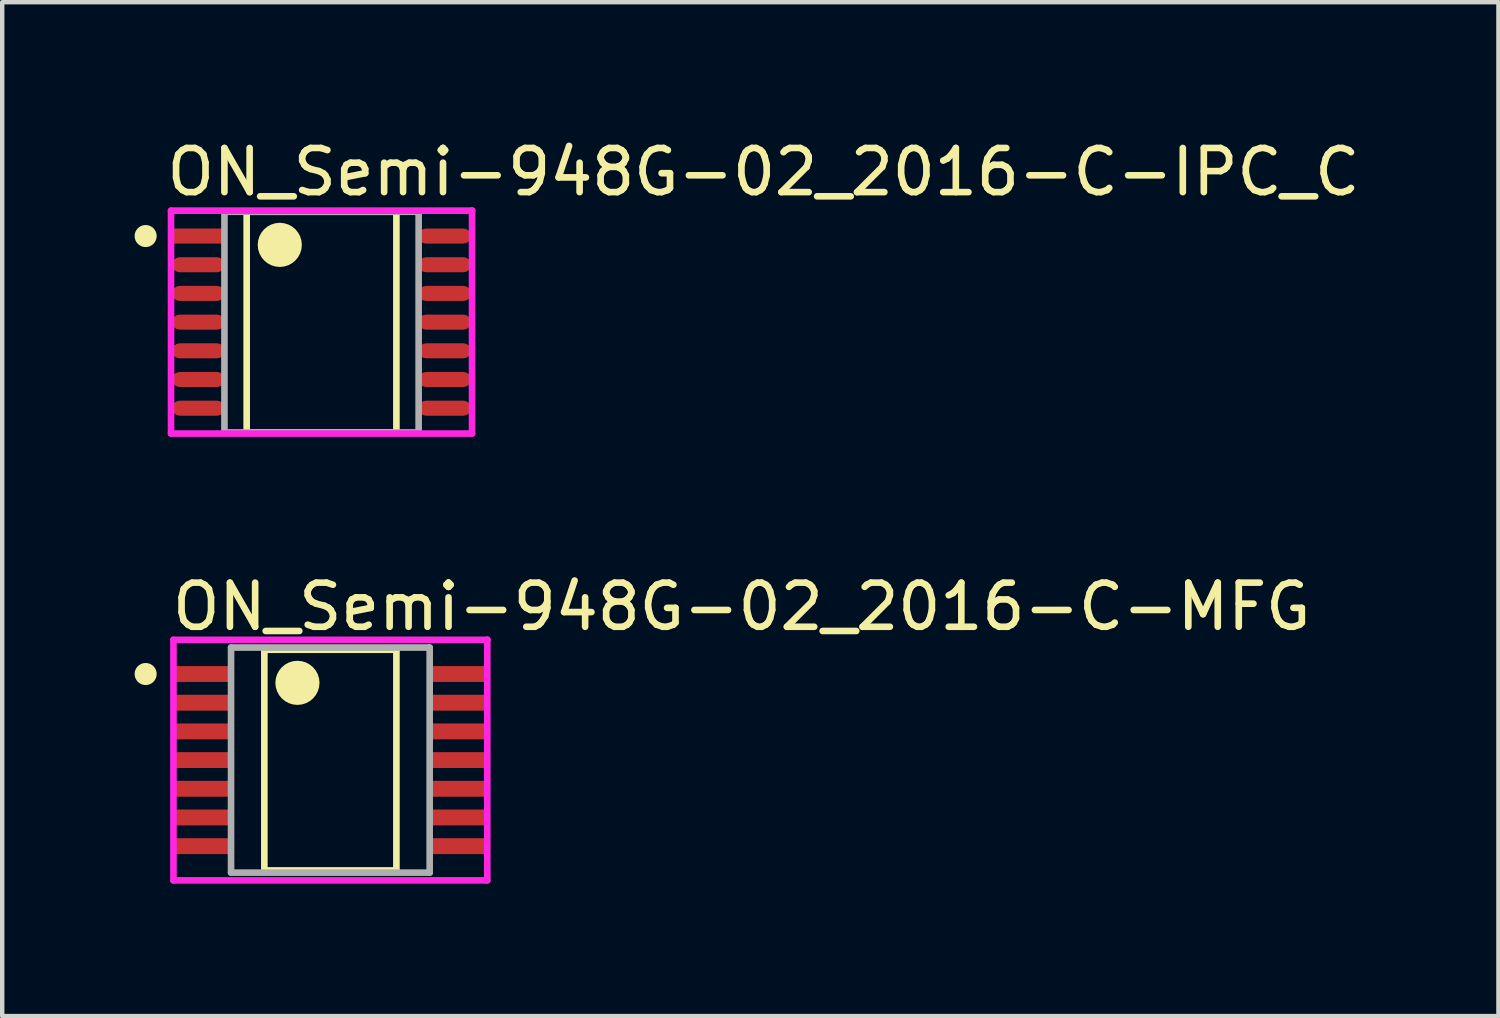
<source format=kicad_pcb>
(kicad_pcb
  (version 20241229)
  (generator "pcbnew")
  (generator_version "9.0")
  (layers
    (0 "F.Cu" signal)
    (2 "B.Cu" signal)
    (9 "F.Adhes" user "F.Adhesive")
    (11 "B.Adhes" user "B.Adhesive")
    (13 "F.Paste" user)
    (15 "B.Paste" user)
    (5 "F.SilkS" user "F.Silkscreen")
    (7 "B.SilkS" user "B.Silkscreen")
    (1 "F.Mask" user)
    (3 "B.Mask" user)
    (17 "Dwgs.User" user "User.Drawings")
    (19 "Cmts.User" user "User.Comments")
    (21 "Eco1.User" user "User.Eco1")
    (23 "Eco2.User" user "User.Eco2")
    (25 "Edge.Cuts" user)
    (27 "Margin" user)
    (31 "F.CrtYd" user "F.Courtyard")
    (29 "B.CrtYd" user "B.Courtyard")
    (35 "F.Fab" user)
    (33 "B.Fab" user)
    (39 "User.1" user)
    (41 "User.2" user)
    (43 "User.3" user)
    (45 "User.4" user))
  (footprint "ON_Semi-948G-02_2016-C-MFG"
    (layer "F.Cu")
    (at 4.435 14.171)
    (property "Reference" "ON_Semi-948G-02_2016-C-MFG" (at -3.66 -3.475 0) (layer "F.SilkS") (effects (font (size 1 1) (thickness 0.15)) (justify left)))
    (attr through_hole)
    (fp_line (start -1.496 -2.5) (end 1.496 -2.5) (stroke (width 0.15) (type solid)) (layer "F.SilkS"))
    (fp_line (start -1.496 2.5) (end -1.496 -2.5) (stroke (width 0.15) (type solid)) (layer "F.SilkS"))
    (fp_line (start 1.496 -2.5) (end 1.496 2.5) (stroke (width 0.15) (type solid)) (layer "F.SilkS"))
    (fp_line (start 1.496 2.5) (end -1.496 2.5) (stroke (width 0.15) (type solid)) (layer "F.SilkS"))
    (fp_circle (center -4.185 -1.95) (end -4.06 -1.95) (stroke (width 0.25) (type solid)) (fill no) (layer "F.SilkS"))
    (fp_circle (center -0.746 -1.75) (end -0.496 -1.75) (stroke (width 0.5) (type solid)) (fill no) (layer "F.SilkS"))
    (fp_line (start -3.555 -2.725) (end -3.555 2.725) (stroke (width 0.15) (type solid)) (layer "F.CrtYd"))
    (fp_line (start -3.555 2.725) (end 3.555 2.725) (stroke (width 0.15) (type solid)) (layer "F.CrtYd"))
    (fp_line (start 3.555 -2.725) (end -3.555 -2.725) (stroke (width 0.15) (type solid)) (layer "F.CrtYd"))
    (fp_line (start 3.555 -2.725) (end 3.555 -2.725) (stroke (width 0.15) (type solid)) (layer "F.CrtYd"))
    (fp_line (start 3.555 2.725) (end 3.555 -2.725) (stroke (width 0.15) (type solid)) (layer "F.CrtYd"))
    (fp_line (start -2.25 -2.55) (end 2.25 -2.55) (stroke (width 0.15) (type solid)) (layer "F.Fab"))
    (fp_line (start -2.25 2.55) (end -2.25 -2.55) (stroke (width 0.15) (type solid)) (layer "F.Fab"))
    (fp_line (start 2.25 -2.55) (end 2.25 2.55) (stroke (width 0.15) (type solid)) (layer "F.Fab"))
    (fp_line (start 2.25 2.55) (end -2.25 2.55) (stroke (width 0.15) (type solid)) (layer "F.Fab"))
    (pad "1" smd rect (at -2.9 -1.95) (size 1.26 0.36) (layers "F.Cu" "F.Mask" "F.Paste"))
    (pad "2" smd rect (at -2.9 -1.3) (size 1.26 0.36) (layers "F.Cu" "F.Mask" "F.Paste"))
    (pad "3" smd rect (at -2.9 -0.65) (size 1.26 0.36) (layers "F.Cu" "F.Mask" "F.Paste"))
    (pad "4" smd rect (at -2.9 0) (size 1.26 0.36) (layers "F.Cu" "F.Mask" "F.Paste"))
    (pad "5" smd rect (at -2.9 0.65) (size 1.26 0.36) (layers "F.Cu" "F.Mask" "F.Paste"))
    (pad "6" smd rect (at -2.9 1.3) (size 1.26 0.36) (layers "F.Cu" "F.Mask" "F.Paste"))
    (pad "7" smd rect (at -2.9 1.95) (size 1.26 0.36) (layers "F.Cu" "F.Mask" "F.Paste"))
    (pad "8" smd rect (at 2.9 1.95) (size 1.26 0.36) (layers "F.Cu" "F.Mask" "F.Paste"))
    (pad "9" smd rect (at 2.9 1.3) (size 1.26 0.36) (layers "F.Cu" "F.Mask" "F.Paste"))
    (pad "10" smd rect (at 2.9 0.65) (size 1.26 0.36) (layers "F.Cu" "F.Mask" "F.Paste"))
    (pad "11" smd rect (at 2.9 0) (size 1.26 0.36) (layers "F.Cu" "F.Mask" "F.Paste"))
    (pad "12" smd rect (at 2.9 -0.65) (size 1.26 0.36) (layers "F.Cu" "F.Mask" "F.Paste"))
    (pad "13" smd rect (at 2.9 -1.3) (size 1.26 0.36) (layers "F.Cu" "F.Mask" "F.Paste"))
    (pad "14" smd rect (at 2.9 -1.95) (size 1.26 0.36) (layers "F.Cu" "F.Mask" "F.Paste")))
  (footprint "ON_Semi-948G-02_2016-C-IPC_C"
    (layer "F.Cu")
    (at 4.235 4.248)
    (property "Reference" "ON_Semi-948G-02_2016-C-IPC_C" (at -3.585 -3.4 0) (layer "F.SilkS") (effects (font (size 1 1) (thickness 0.15)) (justify left)))
    (attr through_hole)
    (fp_line (start -1.696 -2.5) (end 1.696 -2.5) (stroke (width 0.15) (type solid)) (layer "F.SilkS"))
    (fp_line (start -1.696 2.5) (end -1.696 -2.5) (stroke (width 0.15) (type solid)) (layer "F.SilkS"))
    (fp_line (start 1.696 -2.5) (end 1.696 2.5) (stroke (width 0.15) (type solid)) (layer "F.SilkS"))
    (fp_line (start 1.696 2.5) (end -1.696 2.5) (stroke (width 0.15) (type solid)) (layer "F.SilkS"))
    (fp_circle (center -3.985 -1.95) (end -3.86 -1.95) (stroke (width 0.25) (type solid)) (fill no) (layer "F.SilkS"))
    (fp_circle (center -0.946 -1.75) (end -0.696 -1.75) (stroke (width 0.5) (type solid)) (fill no) (layer "F.SilkS"))
    (fp_line (start -3.41 -2.525) (end -3.41 2.525) (stroke (width 0.15) (type solid)) (layer "F.CrtYd"))
    (fp_line (start -3.41 2.525) (end 3.41 2.525) (stroke (width 0.15) (type solid)) (layer "F.CrtYd"))
    (fp_line (start 3.41 -2.525) (end -3.41 -2.525) (stroke (width 0.15) (type solid)) (layer "F.CrtYd"))
    (fp_line (start 3.41 -2.525) (end 3.41 -2.525) (stroke (width 0.15) (type solid)) (layer "F.CrtYd"))
    (fp_line (start 3.41 2.525) (end 3.41 -2.525) (stroke (width 0.15) (type solid)) (layer "F.CrtYd"))
    (fp_line (start -2.2 -2.5) (end 2.2 -2.5) (stroke (width 0.15) (type solid)) (layer "F.Fab"))
    (fp_line (start -2.2 2.5) (end -2.2 -2.5) (stroke (width 0.15) (type solid)) (layer "F.Fab"))
    (fp_line (start 2.2 -2.5) (end 2.2 2.5) (stroke (width 0.15) (type solid)) (layer "F.Fab"))
    (fp_line (start 2.2 2.5) (end -2.2 2.5) (stroke (width 0.15) (type solid)) (layer "F.Fab"))
    (pad "1" smd rect (at -2.791 -1.95) (size 1.189 0.341) (layers "F.Cu" "F.Mask" "F.Paste"))
    (pad "2" smd roundrect (at -2.791 -1.3) (size 1.189 0.341) (layers "F.Cu" "F.Mask" "F.Paste") (roundrect_rratio 0.5))
    (pad "3" smd roundrect (at -2.791 -0.65) (size 1.189 0.341) (layers "F.Cu" "F.Mask" "F.Paste") (roundrect_rratio 0.5))
    (pad "4" smd roundrect (at -2.791 0) (size 1.189 0.341) (layers "F.Cu" "F.Mask" "F.Paste") (roundrect_rratio 0.5))
    (pad "5" smd roundrect (at -2.791 0.65) (size 1.189 0.341) (layers "F.Cu" "F.Mask" "F.Paste") (roundrect_rratio 0.5))
    (pad "6" smd roundrect (at -2.791 1.3) (size 1.189 0.341) (layers "F.Cu" "F.Mask" "F.Paste") (roundrect_rratio 0.5))
    (pad "7" smd roundrect (at -2.791 1.95) (size 1.189 0.341) (layers "F.Cu" "F.Mask" "F.Paste") (roundrect_rratio 0.5))
    (pad "8" smd roundrect (at 2.791 1.95) (size 1.189 0.341) (layers "F.Cu" "F.Mask" "F.Paste") (roundrect_rratio 0.5))
    (pad "9" smd roundrect (at 2.791 1.3) (size 1.189 0.341) (layers "F.Cu" "F.Mask" "F.Paste") (roundrect_rratio 0.5))
    (pad "10" smd roundrect (at 2.791 0.65) (size 1.189 0.341) (layers "F.Cu" "F.Mask" "F.Paste") (roundrect_rratio 0.5))
    (pad "11" smd roundrect (at 2.791 0) (size 1.189 0.341) (layers "F.Cu" "F.Mask" "F.Paste") (roundrect_rratio 0.5))
    (pad "12" smd roundrect (at 2.791 -0.65) (size 1.189 0.341) (layers "F.Cu" "F.Mask" "F.Paste") (roundrect_rratio 0.5))
    (pad "13" smd roundrect (at 2.791 -1.3) (size 1.189 0.341) (layers "F.Cu" "F.Mask" "F.Paste") (roundrect_rratio 0.5))
    (pad "14" smd roundrect (at 2.791 -1.95) (size 1.189 0.341) (layers "F.Cu" "F.Mask" "F.Paste") (roundrect_rratio 0.5)))
  (gr_rect
    (start -3 -3)
    (end 30.9 19.971)
    (stroke (width 0.1) (type default))
    (fill no)
    (layer "Edge.Cuts")))
</source>
